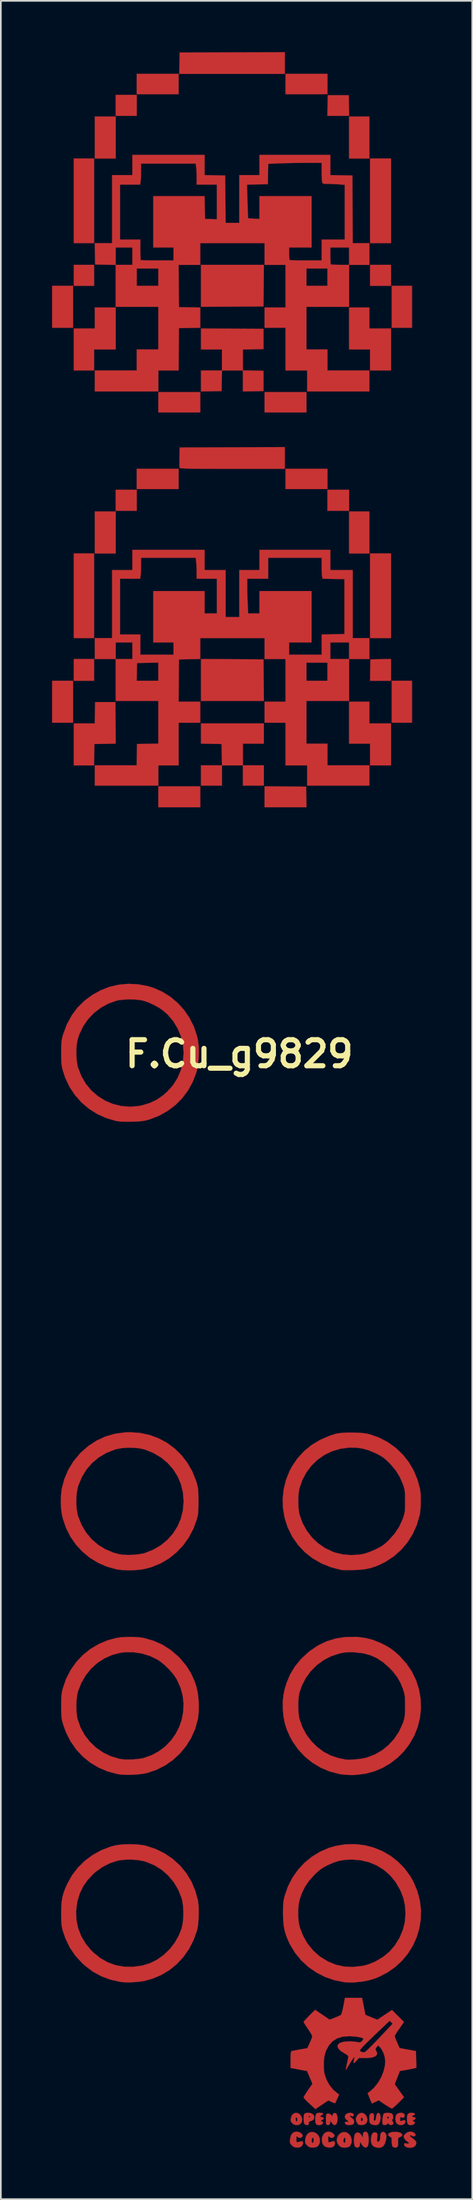
<source format=kicad_pcb>
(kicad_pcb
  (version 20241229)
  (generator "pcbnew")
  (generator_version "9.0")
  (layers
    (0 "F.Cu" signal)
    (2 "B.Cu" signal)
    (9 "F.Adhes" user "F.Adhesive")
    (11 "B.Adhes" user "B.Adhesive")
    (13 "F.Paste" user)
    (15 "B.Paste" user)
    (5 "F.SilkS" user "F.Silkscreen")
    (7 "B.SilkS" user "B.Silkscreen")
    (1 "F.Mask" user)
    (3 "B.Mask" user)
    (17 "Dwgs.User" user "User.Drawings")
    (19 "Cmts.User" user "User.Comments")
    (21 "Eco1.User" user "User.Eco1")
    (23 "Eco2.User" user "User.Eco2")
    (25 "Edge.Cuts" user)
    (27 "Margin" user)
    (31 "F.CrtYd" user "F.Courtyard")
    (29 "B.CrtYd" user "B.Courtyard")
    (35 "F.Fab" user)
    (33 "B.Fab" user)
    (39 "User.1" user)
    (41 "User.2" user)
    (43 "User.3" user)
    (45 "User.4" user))
  (footprint "F.Cu_g9829"
    (layer "F.Cu")
    (at 10.969 58.637)
    (property "Reference" "F.Cu_g9829" (at 0 0 0) (layer "F.SilkS") (effects (font (size 1.524 1.524) (thickness 0.3))))
    (attr through_hole)
    (fp_poly (pts (xy -9.737 -42.503) (xy -10.964 -42.503) (xy -10.964 -44.958) (xy -9.737 -44.958) (xy -9.737 -42.503)) (stroke (width 0.01) (type solid)) (fill yes) (layer "F.Cu"))
    (fp_poly (pts (xy -9.737 -19.389) (xy -10.964 -19.389) (xy -10.964 -21.844) (xy -9.737 -21.844) (xy -9.737 -19.389)) (stroke (width 0.01) (type solid)) (fill yes) (layer "F.Cu"))
    (fp_poly (pts (xy -8.509 -47.456) (xy -9.694 -47.456) (xy -9.694 -52.409) (xy -8.509 -52.409) (xy -8.509 -47.456)) (stroke (width 0.01) (type solid)) (fill yes) (layer "F.Cu"))
    (fp_poly (pts (xy -8.509 -44.958) (xy -9.694 -44.958) (xy -9.694 -46.186) (xy -8.509 -46.186) (xy -8.509 -44.958)) (stroke (width 0.01) (type solid)) (fill yes) (layer "F.Cu"))
    (fp_poly (pts (xy -8.509 -24.342) (xy -9.694 -24.342) (xy -9.694 -29.295) (xy -8.509 -29.295) (xy -8.509 -24.342)) (stroke (width 0.01) (type solid)) (fill yes) (layer "F.Cu"))
    (fp_poly (pts (xy -8.509 -21.844) (xy -9.694 -21.844) (xy -9.694 -23.114) (xy -8.509 -23.114) (xy -8.509 -21.844)) (stroke (width 0.01) (type solid)) (fill yes) (layer "F.Cu"))
    (fp_poly (pts (xy -7.239 -52.409) (xy -8.467 -52.409) (xy -8.467 -54.864) (xy -7.239 -54.864) (xy -7.239 -52.409)) (stroke (width 0.01) (type solid)) (fill yes) (layer "F.Cu"))
    (fp_poly (pts (xy -7.239 -29.295) (xy -8.467 -29.295) (xy -8.467 -31.75) (xy -7.239 -31.75) (xy -7.239 -29.295)) (stroke (width 0.01) (type solid)) (fill yes) (layer "F.Cu"))
    (fp_poly (pts (xy -6.011 -54.906) (xy -7.239 -54.906) (xy -7.239 -56.134) (xy -6.011 -56.134) (xy -6.011 -54.906)) (stroke (width 0.01) (type solid)) (fill yes) (layer "F.Cu"))
    (fp_poly (pts (xy -6.011 -31.792) (xy -7.239 -31.792) (xy -7.239 -33.02) (xy -6.011 -33.02) (xy -6.011 -31.792)) (stroke (width 0.01) (type solid)) (fill yes) (layer "F.Cu"))
    (fp_poly (pts (xy -3.556 -56.176) (xy -6.011 -56.176) (xy -6.011 -57.362) (xy -3.556 -57.362) (xy -3.556 -56.176)) (stroke (width 0.01) (type solid)) (fill yes) (layer "F.Cu"))
    (fp_poly (pts (xy -3.556 -33.062) (xy -6.011 -33.062) (xy -6.011 -34.248) (xy -3.556 -34.248) (xy -3.556 -33.062)) (stroke (width 0.01) (type solid)) (fill yes) (layer "F.Cu"))
    (fp_poly (pts (xy -2.286 -37.55) (xy -4.741 -37.55) (xy -4.741 -38.735) (xy -2.286 -38.735) (xy -2.286 -37.55)) (stroke (width 0.01) (type solid)) (fill yes) (layer "F.Cu"))
    (fp_poly (pts (xy -2.286 -14.436) (xy -4.741 -14.436) (xy -4.741 -15.663) (xy -2.286 -15.663) (xy -2.286 -14.436)) (stroke (width 0.01) (type solid)) (fill yes) (layer "F.Cu"))
    (fp_poly (pts (xy -1.016 -15.706) (xy -2.244 -15.706) (xy -2.244 -16.891) (xy -1.016 -16.891) (xy -1.016 -15.706)) (stroke (width 0.01) (type solid)) (fill yes) (layer "F.Cu"))
    (fp_poly (pts (xy 1.439 -15.706) (xy 0.212 -15.706) (xy 0.212 -16.891) (xy 1.439 -16.891) (xy 1.439 -15.706)) (stroke (width 0.01) (type solid)) (fill yes) (layer "F.Cu"))
    (fp_poly (pts (xy 2.667 -57.362) (xy -3.516 -57.362) (xy -3.493 -58.611) (xy 2.667 -58.632) (xy 2.667 -57.362)) (stroke (width 0.01) (type solid)) (fill yes) (layer "F.Cu"))
    (fp_poly (pts (xy 3.937 -37.55) (xy 1.482 -37.55) (xy 1.482 -38.735) (xy 3.937 -38.735) (xy 3.937 -37.55)) (stroke (width 0.01) (type solid)) (fill yes) (layer "F.Cu"))
    (fp_poly (pts (xy 5.165 -56.176) (xy 2.709 -56.176) (xy 2.709 -57.362) (xy 5.165 -57.362) (xy 5.165 -56.176)) (stroke (width 0.01) (type solid)) (fill yes) (layer "F.Cu"))
    (fp_poly (pts (xy 5.165 -33.062) (xy 2.709 -33.062) (xy 2.709 -34.248) (xy 5.165 -34.248) (xy 5.165 -33.062)) (stroke (width 0.01) (type solid)) (fill yes) (layer "F.Cu"))
    (fp_poly (pts (xy 6.435 -31.792) (xy 5.165 -31.792) (xy 5.165 -33.02) (xy 6.435 -33.02) (xy 6.435 -31.792)) (stroke (width 0.01) (type solid)) (fill yes) (layer "F.Cu"))
    (fp_poly (pts (xy 7.62 -52.409) (xy 6.435 -52.409) (xy 6.435 -54.864) (xy 7.62 -54.864) (xy 7.62 -52.409)) (stroke (width 0.01) (type solid)) (fill yes) (layer "F.Cu"))
    (fp_poly (pts (xy 7.62 -29.295) (xy 6.435 -29.295) (xy 6.435 -31.75) (xy 7.62 -31.75) (xy 7.62 -29.295)) (stroke (width 0.01) (type solid)) (fill yes) (layer "F.Cu"))
    (fp_poly (pts (xy 8.89 -47.456) (xy 7.662 -47.456) (xy 7.662 -52.409) (xy 8.89 -52.409) (xy 8.89 -47.456)) (stroke (width 0.01) (type solid)) (fill yes) (layer "F.Cu"))
    (fp_poly (pts (xy 8.89 -44.958) (xy 7.662 -44.958) (xy 7.662 -46.186) (xy 8.89 -46.186) (xy 8.89 -44.958)) (stroke (width 0.01) (type solid)) (fill yes) (layer "F.Cu"))
    (fp_poly (pts (xy 8.89 -24.342) (xy 7.662 -24.342) (xy 7.662 -29.295) (xy 8.89 -29.295) (xy 8.89 -24.342)) (stroke (width 0.01) (type solid)) (fill yes) (layer "F.Cu"))
    (fp_poly (pts (xy 10.118 -42.503) (xy 8.932 -42.503) (xy 8.932 -44.958) (xy 10.118 -44.958) (xy 10.118 -42.503)) (stroke (width 0.01) (type solid)) (fill yes) (layer "F.Cu"))
    (fp_poly (pts (xy 10.118 -19.389) (xy 8.932 -19.389) (xy 8.932 -21.844) (xy 10.118 -21.844) (xy 10.118 -19.389)) (stroke (width 0.01) (type solid)) (fill yes) (layer "F.Cu"))
    (fp_poly (pts (xy 6.425 -55.51) (xy 6.437 -54.906) (xy 5.162 -54.906) (xy 5.186 -56.113) (xy 6.413 -56.113) (xy 6.425 -55.51)) (stroke (width 0.01) (type solid)) (fill yes) (layer "F.Cu"))
    (fp_poly (pts (xy -0.413 -23.104) (xy 1.418 -23.093) (xy 1.429 -21.876) (xy 1.441 -20.659) (xy -2.244 -20.659) (xy -2.244 -23.115) (xy -0.413 -23.104)) (stroke (width 0.01) (type solid)) (fill yes) (layer "F.Cu"))
    (fp_poly (pts (xy 1.429 -44.969) (xy 1.418 -43.752) (xy -0.413 -43.74) (xy -2.244 -43.729) (xy -2.244 -46.186) (xy 1.441 -46.186) (xy 1.429 -44.969)) (stroke (width 0.01) (type solid)) (fill yes) (layer "F.Cu"))
    (fp_poly (pts (xy 2.699 -15.653) (xy 3.916 -15.642) (xy 3.928 -15.039) (xy 3.939 -14.436) (xy 1.482 -14.436) (xy 1.482 -15.665) (xy 2.699 -15.653)) (stroke (width 0.01) (type solid)) (fill yes) (layer "F.Cu"))
    (fp_poly (pts (xy 8.89 -21.844) (xy 7.66 -21.844) (xy 7.672 -22.468) (xy 7.684 -23.093) (xy 8.287 -23.105) (xy 8.89 -23.116) (xy 8.89 -21.844)) (stroke (width 0.01) (type solid)) (fill yes) (layer "F.Cu"))
    (fp_poly (pts (xy -7.239 -41.233) (xy -8.509 -41.233) (xy -8.509 -40.005) (xy -9.694 -40.005) (xy -9.694 -42.46) (xy -8.467 -42.46) (xy -8.467 -43.688) (xy -7.239 -43.688) (xy -7.239 -41.233)) (stroke (width 0.01) (type solid)) (fill yes) (layer "F.Cu"))
    (fp_poly (pts (xy 7.62 -42.46) (xy 8.89 -42.46) (xy 8.89 -40.005) (xy 7.662 -40.005) (xy 7.662 -41.233) (xy 6.435 -41.233) (xy 6.435 -43.688) (xy 7.62 -43.688) (xy 7.62 -42.46)) (stroke (width 0.01) (type solid)) (fill yes) (layer "F.Cu"))
    (fp_poly (pts (xy 7.62 -19.346) (xy 8.89 -19.346) (xy 8.89 -16.891) (xy 7.662 -16.891) (xy 7.662 -18.161) (xy 6.435 -18.161) (xy 6.435 -20.616) (xy 7.62 -20.616) (xy 7.62 -19.346)) (stroke (width 0.01) (type solid)) (fill yes) (layer "F.Cu"))
    (fp_poly (pts (xy 1.439 -18.161) (xy 0.212 -18.161) (xy 0.212 -16.891) (xy -1.014 -16.891) (xy -1.025 -17.515) (xy -1.037 -18.14) (xy -1.64 -18.152) (xy -2.244 -18.163) (xy -2.244 -19.346) (xy 1.439 -19.346) (xy 1.439 -18.161)) (stroke (width 0.01) (type solid)) (fill yes) (layer "F.Cu"))
    (fp_poly (pts (xy -7.249 -19.379) (xy -7.238 -18.163) (xy -8.488 -18.14) (xy -8.5 -17.515) (xy -8.511 -16.891) (xy -9.694 -16.891) (xy -9.694 -19.346) (xy -8.469 -19.346) (xy -8.457 -19.971) (xy -8.445 -20.595) (xy -7.26 -20.595) (xy -7.249 -19.379)) (stroke (width 0.01) (type solid)) (fill yes) (layer "F.Cu"))
    (fp_poly (pts (xy 2.667 -34.248) (xy -0.403 -34.248) (xy -1.006 -34.248) (xy -1.528 -34.249) (xy -1.976 -34.25) (xy -2.355 -34.252) (xy -2.669 -34.255) (xy -2.924 -34.259) (xy -3.125 -34.264) (xy -3.277 -34.271) (xy -3.384 -34.278) (xy -3.453 -34.286) (xy -3.488 -34.296) (xy -3.495 -34.303) (xy -3.502 -34.364) (xy -3.506 -34.492) (xy -3.507 -34.669) (xy -3.505 -34.879) (xy -3.504 -34.927) (xy -3.493 -35.496) (xy 2.667 -35.518) (xy 2.667 -34.248)) (stroke (width 0.01) (type solid)) (fill yes) (layer "F.Cu"))
    (fp_poly (pts (xy -0.413 -42.45) (xy 1.418 -42.439) (xy 1.418 -41.254) (xy 0.815 -41.242) (xy 0.212 -41.23) (xy 0.212 -40.007) (xy 0.815 -39.996) (xy 1.418 -39.984) (xy 1.418 -38.798) (xy 0.815 -38.787) (xy 0.212 -38.775) (xy 0.212 -40.005) (xy -1.014 -40.005) (xy -1.025 -39.402) (xy -1.037 -38.798) (xy -1.64 -38.787) (xy -2.244 -38.775) (xy -2.244 -40.005) (xy -1.016 -40.005) (xy -1.016 -41.233) (xy -2.244 -41.233) (xy -2.244 -42.461) (xy -0.413 -42.45)) (stroke (width 0.01) (type solid)) (fill yes) (layer "F.Cu"))
    (fp_poly (pts (xy 9.557 61.983) (xy 9.644 62.027) (xy 9.69 62.112) (xy 9.683 62.195) (xy 9.635 62.253) (xy 9.561 62.262) (xy 9.508 62.234) (xy 9.464 62.215) (xy 9.437 62.265) (xy 9.428 62.303) (xy 9.419 62.418) (xy 9.45 62.463) (xy 9.525 62.442) (xy 9.64 62.402) (xy 9.715 62.421) (xy 9.737 62.481) (xy 9.701 62.59) (xy 9.61 62.664) (xy 9.486 62.694) (xy 9.352 62.677) (xy 9.237 62.609) (xy 9.169 62.496) (xy 9.143 62.343) (xy 9.16 62.185) (xy 9.21 62.07) (xy 9.299 62.005) (xy 9.428 61.975) (xy 9.557 61.983)) (stroke (width 0.01) (type solid)) (fill yes) (layer "F.Cu"))
    (fp_poly (pts (xy 9.31 63.103) (xy 9.44 63.145) (xy 9.505 63.19) (xy 9.555 63.27) (xy 9.525 63.335) (xy 9.417 63.391) (xy 9.34 63.427) (xy 9.306 63.478) (xy 9.302 63.574) (xy 9.306 63.624) (xy 9.309 63.813) (xy 9.285 63.933) (xy 9.228 63.994) (xy 9.152 64.008) (xy 9.046 63.991) (xy 8.983 63.957) (xy 8.955 63.889) (xy 8.937 63.767) (xy 8.932 63.66) (xy 8.929 63.519) (xy 8.912 63.438) (xy 8.874 63.395) (xy 8.826 63.373) (xy 8.741 63.31) (xy 8.721 63.249) (xy 8.758 63.178) (xy 8.858 63.126) (xy 8.997 63.096) (xy 9.155 63.087) (xy 9.31 63.103)) (stroke (width 0.01) (type solid)) (fill yes) (layer "F.Cu"))
    (fp_poly (pts (xy 5.665 62.009) (xy 5.726 62.107) (xy 5.755 62.268) (xy 5.757 62.336) (xy 5.738 62.514) (xy 5.687 62.635) (xy 5.613 62.691) (xy 5.527 62.677) (xy 5.436 62.585) (xy 5.421 62.563) (xy 5.341 62.43) (xy 5.327 62.552) (xy 5.293 62.651) (xy 5.222 62.688) (xy 5.136 62.678) (xy 5.101 62.653) (xy 5.085 62.584) (xy 5.077 62.463) (xy 5.076 62.318) (xy 5.081 62.181) (xy 5.094 62.083) (xy 5.103 62.058) (xy 5.169 62.02) (xy 5.267 62.028) (xy 5.359 62.074) (xy 5.392 62.107) (xy 5.454 62.196) (xy 5.468 62.097) (xy 5.515 62.008) (xy 5.577 61.984) (xy 5.665 62.009)) (stroke (width 0.01) (type solid)) (fill yes) (layer "F.Cu"))
    (fp_poly (pts (xy 3.409 61.988) (xy 3.528 62.047) (xy 3.622 62.156) (xy 3.676 62.312) (xy 3.683 62.401) (xy 3.648 62.542) (xy 3.556 62.641) (xy 3.428 62.692) (xy 3.285 62.688) (xy 3.145 62.622) (xy 3.104 62.587) (xy 3.034 62.5) (xy 3.011 62.41) (xy 3.015 62.357) (xy 3.302 62.357) (xy 3.317 62.449) (xy 3.351 62.485) (xy 3.389 62.453) (xy 3.397 62.431) (xy 3.403 62.347) (xy 3.381 62.267) (xy 3.34 62.23) (xy 3.339 62.23) (xy 3.313 62.267) (xy 3.302 62.355) (xy 3.302 62.357) (xy 3.015 62.357) (xy 3.019 62.301) (xy 3.071 62.136) (xy 3.165 62.03) (xy 3.283 61.981) (xy 3.409 61.988)) (stroke (width 0.01) (type solid)) (fill yes) (layer "F.Cu"))
    (fp_poly (pts (xy 7.304 62.013) (xy 7.413 62.109) (xy 7.483 62.243) (xy 7.505 62.391) (xy 7.471 62.531) (xy 7.401 62.622) (xy 7.289 62.674) (xy 7.141 62.692) (xy 7.002 62.67) (xy 6.995 62.667) (xy 6.921 62.6) (xy 6.862 62.485) (xy 6.836 62.374) (xy 7.118 62.374) (xy 7.14 62.443) (xy 7.182 62.468) (xy 7.196 62.463) (xy 7.233 62.403) (xy 7.239 62.357) (xy 7.219 62.277) (xy 7.176 62.247) (xy 7.133 62.28) (xy 7.128 62.291) (xy 7.118 62.374) (xy 6.836 62.374) (xy 6.832 62.357) (xy 6.837 62.278) (xy 6.906 62.13) (xy 7.018 62.022) (xy 7.151 61.976) (xy 7.164 61.976) (xy 7.304 62.013)) (stroke (width 0.01) (type solid)) (fill yes) (layer "F.Cu"))
    (fp_poly (pts (xy 4.849 61.986) (xy 4.906 62.017) (xy 4.911 62.035) (xy 4.875 62.091) (xy 4.826 62.115) (xy 4.752 62.156) (xy 4.753 62.202) (xy 4.824 62.229) (xy 4.847 62.23) (xy 4.931 62.255) (xy 4.951 62.309) (xy 4.901 62.365) (xy 4.868 62.378) (xy 4.799 62.419) (xy 4.789 62.462) (xy 4.843 62.484) (xy 4.847 62.484) (xy 4.903 62.514) (xy 4.911 62.539) (xy 4.875 62.623) (xy 4.786 62.678) (xy 4.674 62.699) (xy 4.566 62.68) (xy 4.49 62.616) (xy 4.489 62.614) (xy 4.456 62.495) (xy 4.447 62.335) (xy 4.463 62.172) (xy 4.486 62.085) (xy 4.524 62.016) (xy 4.586 61.984) (xy 4.701 61.976) (xy 4.719 61.976) (xy 4.849 61.986)) (stroke (width 0.01) (type solid)) (fill yes) (layer "F.Cu"))
    (fp_poly (pts (xy 5.392 63.114) (xy 5.49 63.18) (xy 5.566 63.258) (xy 5.581 63.317) (xy 5.562 63.36) (xy 5.475 63.439) (xy 5.368 63.44) (xy 5.289 63.391) (xy 5.239 63.352) (xy 5.215 63.359) (xy 5.208 63.429) (xy 5.207 63.515) (xy 5.21 63.641) (xy 5.233 63.697) (xy 5.295 63.698) (xy 5.407 63.66) (xy 5.509 63.631) (xy 5.564 63.641) (xy 5.589 63.671) (xy 5.61 63.774) (xy 5.571 63.888) (xy 5.512 63.955) (xy 5.399 64) (xy 5.248 64.006) (xy 5.094 63.978) (xy 4.981 63.921) (xy 4.881 63.792) (xy 4.837 63.616) (xy 4.852 63.416) (xy 4.864 63.37) (xy 4.949 63.207) (xy 5.077 63.107) (xy 5.231 63.074) (xy 5.392 63.114)) (stroke (width 0.01) (type solid)) (fill yes) (layer "F.Cu"))
    (fp_poly (pts (xy 8.203 62.003) (xy 8.253 62.079) (xy 8.275 62.206) (xy 8.27 62.356) (xy 8.239 62.499) (xy 8.2 62.583) (xy 8.125 62.664) (xy 8.021 62.694) (xy 7.967 62.696) (xy 7.834 62.678) (xy 7.722 62.635) (xy 7.714 62.63) (xy 7.659 62.578) (xy 7.631 62.503) (xy 7.621 62.379) (xy 7.62 62.314) (xy 7.625 62.166) (xy 7.644 62.08) (xy 7.685 62.031) (xy 7.707 62.017) (xy 7.808 61.991) (xy 7.872 62.039) (xy 7.895 62.155) (xy 7.888 62.255) (xy 7.878 62.374) (xy 7.892 62.43) (xy 7.926 62.442) (xy 7.974 62.408) (xy 8.005 62.3) (xy 8.012 62.247) (xy 8.045 62.08) (xy 8.097 61.994) (xy 8.17 61.986) (xy 8.203 62.003)) (stroke (width 0.01) (type solid)) (fill yes) (layer "F.Cu"))
    (fp_poly (pts (xy 8.462 63.096) (xy 8.566 63.163) (xy 8.615 63.283) (xy 8.611 63.463) (xy 8.595 63.555) (xy 8.529 63.779) (xy 8.434 63.927) (xy 8.304 64.006) (xy 8.131 64.022) (xy 8.086 64.018) (xy 7.901 63.964) (xy 7.78 63.854) (xy 7.719 63.687) (xy 7.718 63.46) (xy 7.719 63.452) (xy 7.753 63.274) (xy 7.808 63.168) (xy 7.892 63.123) (xy 7.934 63.119) (xy 8.036 63.138) (xy 8.086 63.205) (xy 8.093 63.331) (xy 8.083 63.406) (xy 8.066 63.552) (xy 8.075 63.633) (xy 8.113 63.666) (xy 8.147 63.669) (xy 8.211 63.632) (xy 8.247 63.519) (xy 8.255 63.378) (xy 8.276 63.217) (xy 8.335 63.118) (xy 8.425 63.089) (xy 8.462 63.096)) (stroke (width 0.01) (type solid)) (fill yes) (layer "F.Cu"))
    (fp_poly (pts (xy 10.218 61.991) (xy 10.285 62.026) (xy 10.289 62.07) (xy 10.22 62.11) (xy 10.202 62.115) (xy 10.129 62.156) (xy 10.129 62.202) (xy 10.2 62.229) (xy 10.223 62.23) (xy 10.308 62.255) (xy 10.327 62.309) (xy 10.277 62.365) (xy 10.245 62.378) (xy 10.175 62.419) (xy 10.165 62.462) (xy 10.22 62.484) (xy 10.223 62.484) (xy 10.28 62.514) (xy 10.287 62.539) (xy 10.251 62.623) (xy 10.163 62.678) (xy 10.05 62.699) (xy 9.942 62.68) (xy 9.867 62.616) (xy 9.865 62.614) (xy 9.838 62.522) (xy 9.823 62.389) (xy 9.821 62.336) (xy 9.833 62.158) (xy 9.874 62.048) (xy 9.956 61.992) (xy 10.089 61.976) (xy 10.098 61.976) (xy 10.218 61.991)) (stroke (width 0.01) (type solid)) (fill yes) (layer "F.Cu"))
    (fp_poly (pts (xy 4.185 61.995) (xy 4.297 62.043) (xy 4.318 62.061) (xy 4.392 62.181) (xy 4.389 62.301) (xy 4.318 62.4) (xy 4.19 62.457) (xy 4.102 62.49) (xy 4.067 62.534) (xy 4.067 62.536) (xy 4.066 62.643) (xy 4.017 62.689) (xy 3.96 62.696) (xy 3.858 62.663) (xy 3.811 62.614) (xy 3.783 62.516) (xy 3.77 62.377) (xy 3.772 62.229) (xy 3.774 62.211) (xy 4.064 62.211) (xy 4.085 62.255) (xy 4.106 62.251) (xy 4.147 62.197) (xy 4.149 62.185) (xy 4.116 62.146) (xy 4.106 62.145) (xy 4.069 62.18) (xy 4.064 62.211) (xy 3.774 62.211) (xy 3.788 62.102) (xy 3.818 62.027) (xy 3.818 62.027) (xy 3.91 61.985) (xy 4.044 61.975) (xy 4.185 61.995)) (stroke (width 0.01) (type solid)) (fill yes) (layer "F.Cu"))
    (fp_poly (pts (xy 3.496 63.1) (xy 3.61 63.16) (xy 3.688 63.241) (xy 3.712 63.325) (xy 3.7 63.36) (xy 3.612 63.439) (xy 3.505 63.44) (xy 3.426 63.391) (xy 3.377 63.352) (xy 3.353 63.359) (xy 3.345 63.429) (xy 3.344 63.515) (xy 3.348 63.641) (xy 3.37 63.697) (xy 3.432 63.698) (xy 3.545 63.66) (xy 3.647 63.631) (xy 3.702 63.641) (xy 3.724 63.667) (xy 3.74 63.77) (xy 3.679 63.896) (xy 3.649 63.934) (xy 3.547 63.992) (xy 3.398 64.008) (xy 3.256 63.994) (xy 3.15 63.94) (xy 3.081 63.879) (xy 3.008 63.798) (xy 2.973 63.727) (xy 2.966 63.631) (xy 2.977 63.508) (xy 3.026 63.298) (xy 3.123 63.158) (xy 3.268 63.086) (xy 3.365 63.077) (xy 3.496 63.1)) (stroke (width 0.01) (type solid)) (fill yes) (layer "F.Cu"))
    (fp_poly (pts (xy 4.461 63.141) (xy 4.596 63.246) (xy 4.685 63.397) (xy 4.724 63.571) (xy 4.709 63.744) (xy 4.634 63.892) (xy 4.604 63.924) (xy 4.5 63.985) (xy 4.346 64.007) (xy 4.307 64.008) (xy 4.164 63.998) (xy 4.064 63.959) (xy 3.971 63.879) (xy 3.893 63.792) (xy 3.859 63.712) (xy 3.857 63.601) (xy 3.859 63.578) (xy 4.237 63.578) (xy 4.246 63.683) (xy 4.251 63.696) (xy 4.288 63.742) (xy 4.326 63.719) (xy 4.353 63.64) (xy 4.36 63.557) (xy 4.348 63.451) (xy 4.311 63.425) (xy 4.307 63.426) (xy 4.26 63.48) (xy 4.237 63.578) (xy 3.859 63.578) (xy 3.862 63.539) (xy 3.913 63.336) (xy 4.014 63.19) (xy 4.153 63.108) (xy 4.321 63.097) (xy 4.461 63.141)) (stroke (width 0.01) (type solid)) (fill yes) (layer "F.Cu"))
    (fp_poly (pts (xy 6.32 63.139) (xy 6.457 63.245) (xy 6.547 63.398) (xy 6.587 63.574) (xy 6.572 63.75) (xy 6.498 63.9) (xy 6.475 63.926) (xy 6.383 63.983) (xy 6.244 64.006) (xy 6.177 64.008) (xy 6.033 63.999) (xy 5.934 63.964) (xy 5.842 63.887) (xy 5.839 63.884) (xy 5.741 63.738) (xy 5.709 63.579) (xy 5.71 63.578) (xy 6.099 63.578) (xy 6.109 63.683) (xy 6.114 63.696) (xy 6.151 63.742) (xy 6.188 63.719) (xy 6.216 63.64) (xy 6.223 63.557) (xy 6.211 63.451) (xy 6.173 63.425) (xy 6.17 63.426) (xy 6.122 63.48) (xy 6.099 63.578) (xy 5.71 63.578) (xy 5.736 63.421) (xy 5.809 63.281) (xy 5.921 63.171) (xy 6.062 63.108) (xy 6.221 63.106) (xy 6.32 63.139)) (stroke (width 0.01) (type solid)) (fill yes) (layer "F.Cu"))
    (fp_poly (pts (xy 6.618 61.996) (xy 6.693 62.049) (xy 6.699 62.124) (xy 6.688 62.147) (xy 6.644 62.186) (xy 6.579 62.165) (xy 6.563 62.156) (xy 6.498 62.124) (xy 6.477 62.146) (xy 6.477 62.157) (xy 6.51 62.214) (xy 6.592 62.279) (xy 6.604 62.287) (xy 6.697 62.377) (xy 6.735 62.486) (xy 6.713 62.59) (xy 6.649 62.652) (xy 6.535 62.686) (xy 6.4 62.693) (xy 6.283 62.673) (xy 6.231 62.645) (xy 6.18 62.564) (xy 6.196 62.508) (xy 6.272 62.498) (xy 6.287 62.501) (xy 6.365 62.508) (xy 6.392 62.49) (xy 6.36 62.441) (xy 6.287 62.382) (xy 6.199 62.288) (xy 6.182 62.183) (xy 6.227 62.084) (xy 6.326 62.009) (xy 6.47 61.976) (xy 6.486 61.976) (xy 6.618 61.996)) (stroke (width 0.01) (type solid)) (fill yes) (layer "F.Cu"))
    (fp_poly (pts (xy 7.427 63.085) (xy 7.511 63.143) (xy 7.547 63.223) (xy 7.57 63.36) (xy 7.58 63.526) (xy 7.576 63.696) (xy 7.558 63.842) (xy 7.525 63.937) (xy 7.522 63.94) (xy 7.436 64.003) (xy 7.334 63.991) (xy 7.23 63.908) (xy 7.167 63.818) (xy 7.109 63.719) (xy 7.081 63.689) (xy 7.071 63.72) (xy 7.07 63.761) (xy 7.06 63.873) (xy 7.044 63.941) (xy 6.985 63.994) (xy 6.891 64.005) (xy 6.803 63.974) (xy 6.782 63.954) (xy 6.742 63.86) (xy 6.721 63.713) (xy 6.719 63.542) (xy 6.734 63.376) (xy 6.765 63.244) (xy 6.8 63.183) (xy 6.907 63.126) (xy 7.021 63.144) (xy 7.125 63.232) (xy 7.16 63.288) (xy 7.239 63.435) (xy 7.239 63.282) (xy 7.265 63.151) (xy 7.333 63.083) (xy 7.427 63.085)) (stroke (width 0.01) (type solid)) (fill yes) (layer "F.Cu"))
    (fp_poly (pts (xy 8.844 61.992) (xy 8.935 62.02) (xy 8.988 62.084) (xy 9.016 62.184) (xy 9.016 62.286) (xy 8.984 62.356) (xy 8.967 62.367) (xy 8.944 62.402) (xy 8.985 62.481) (xy 8.987 62.484) (xy 9.031 62.574) (xy 9.011 62.639) (xy 9.011 62.64) (xy 8.921 62.691) (xy 8.818 62.675) (xy 8.761 62.629) (xy 8.713 62.585) (xy 8.68 62.611) (xy 8.669 62.629) (xy 8.601 62.681) (xy 8.506 62.693) (xy 8.423 62.664) (xy 8.396 62.629) (xy 8.383 62.539) (xy 8.385 62.406) (xy 8.4 62.27) (xy 8.655 62.27) (xy 8.665 62.288) (xy 8.727 62.313) (xy 8.762 62.268) (xy 8.763 62.251) (xy 8.741 62.195) (xy 8.723 62.188) (xy 8.668 62.216) (xy 8.655 62.27) (xy 8.4 62.27) (xy 8.401 62.259) (xy 8.426 62.126) (xy 8.457 62.034) (xy 8.474 62.013) (xy 8.569 61.985) (xy 8.706 61.978) (xy 8.844 61.992)) (stroke (width 0.01) (type solid)) (fill yes) (layer "F.Cu"))
    (fp_poly (pts (xy 10.166 63.102) (xy 10.275 63.167) (xy 10.328 63.256) (xy 10.329 63.277) (xy 10.295 63.33) (xy 10.221 63.355) (xy 10.15 63.337) (xy 10.144 63.332) (xy 10.078 63.295) (xy 10.014 63.293) (xy 9.991 63.323) (xy 10.023 63.364) (xy 10.105 63.434) (xy 10.181 63.491) (xy 10.298 63.583) (xy 10.356 63.661) (xy 10.372 63.749) (xy 10.372 63.752) (xy 10.334 63.876) (xy 10.234 63.967) (xy 10.09 64.017) (xy 9.92 64.018) (xy 9.821 63.994) (xy 9.706 63.934) (xy 9.66 63.849) (xy 9.659 63.844) (xy 9.657 63.779) (xy 9.69 63.758) (xy 9.782 63.769) (xy 9.797 63.772) (xy 9.908 63.78) (xy 9.945 63.754) (xy 9.905 63.699) (xy 9.823 63.642) (xy 9.721 63.554) (xy 9.654 63.445) (xy 9.654 63.445) (xy 9.634 63.357) (xy 9.657 63.287) (xy 9.734 63.2) (xy 9.853 63.109) (xy 9.987 63.078) (xy 10.023 63.077) (xy 10.166 63.102)) (stroke (width 0.01) (type solid)) (fill yes) (layer "F.Cu"))
    (fp_poly (pts (xy -5.817 22.182) (xy -5.26 22.301) (xy -4.734 22.494) (xy -4.244 22.757) (xy -3.797 23.085) (xy -3.397 23.473) (xy -3.051 23.919) (xy -2.763 24.417) (xy -2.54 24.963) (xy -2.489 25.129) (xy -2.452 25.268) (xy -2.425 25.399) (xy -2.408 25.542) (xy -2.398 25.715) (xy -2.393 25.938) (xy -2.392 26.183) (xy -2.393 26.464) (xy -2.399 26.678) (xy -2.41 26.846) (xy -2.428 26.986) (xy -2.456 27.117) (xy -2.489 27.237) (xy -2.69 27.79) (xy -2.96 28.301) (xy -3.291 28.764) (xy -3.678 29.173) (xy -4.116 29.524) (xy -4.598 29.81) (xy -5.118 30.026) (xy -5.566 30.146) (xy -5.865 30.191) (xy -6.207 30.216) (xy -6.562 30.22) (xy -6.898 30.203) (xy -7.185 30.165) (xy -7.197 30.163) (xy -7.754 30.008) (xy -8.277 29.781) (xy -8.757 29.486) (xy -9.19 29.129) (xy -9.571 28.716) (xy -9.892 28.254) (xy -10.148 27.748) (xy -10.334 27.204) (xy -10.396 26.931) (xy -10.435 26.641) (xy -10.452 26.316) (xy -9.551 26.316) (xy -9.525 26.667) (xy -9.467 26.977) (xy -9.446 27.05) (xy -9.249 27.55) (xy -8.986 27.998) (xy -8.663 28.389) (xy -8.284 28.721) (xy -7.852 28.988) (xy -7.371 29.189) (xy -7.054 29.277) (xy -6.806 29.313) (xy -6.507 29.325) (xy -6.187 29.315) (xy -5.877 29.284) (xy -5.607 29.233) (xy -5.524 29.209) (xy -5.033 29.013) (xy -4.593 28.753) (xy -4.207 28.436) (xy -3.881 28.068) (xy -3.619 27.655) (xy -3.425 27.203) (xy -3.304 26.717) (xy -3.26 26.205) (xy -3.26 26.183) (xy -3.3 25.668) (xy -3.418 25.181) (xy -3.609 24.728) (xy -3.868 24.313) (xy -4.193 23.944) (xy -4.577 23.625) (xy -5.018 23.362) (xy -5.511 23.161) (xy -5.547 23.15) (xy -5.839 23.084) (xy -6.18 23.049) (xy -6.54 23.045) (xy -6.891 23.071) (xy -7.203 23.128) (xy -7.281 23.15) (xy -7.78 23.347) (xy -8.227 23.609) (xy -8.618 23.934) (xy -8.95 24.317) (xy -9.221 24.758) (xy -9.426 25.251) (xy -9.447 25.315) (xy -9.512 25.61) (xy -9.547 25.954) (xy -9.551 26.316) (xy -10.452 26.316) (xy -10.453 26.305) (xy -10.45 25.956) (xy -10.425 25.63) (xy -10.396 25.435) (xy -10.245 24.869) (xy -10.016 24.335) (xy -9.713 23.84) (xy -9.338 23.389) (xy -9.274 23.323) (xy -8.828 22.935) (xy -8.346 22.623) (xy -7.829 22.387) (xy -7.279 22.23) (xy -6.7 22.151) (xy -6.399 22.141) (xy -5.817 22.182)) (stroke (width 0.01) (type solid)) (fill yes) (layer "F.Cu"))
    (fp_poly (pts (xy 7.327 46.311) (xy 7.864 46.447) (xy 8.375 46.655) (xy 8.853 46.929) (xy 9.29 47.268) (xy 9.68 47.666) (xy 10.015 48.122) (xy 10.223 48.493) (xy 10.442 49.028) (xy 10.581 49.572) (xy 10.643 50.119) (xy 10.629 50.661) (xy 10.544 51.192) (xy 10.389 51.705) (xy 10.169 52.193) (xy 9.884 52.65) (xy 9.539 53.068) (xy 9.136 53.441) (xy 8.678 53.761) (xy 8.167 54.023) (xy 7.918 54.121) (xy 7.555 54.226) (xy 7.152 54.3) (xy 6.742 54.341) (xy 6.354 54.344) (xy 6.16 54.327) (xy 5.582 54.214) (xy 5.034 54.026) (xy 4.522 53.767) (xy 4.053 53.442) (xy 3.635 53.057) (xy 3.272 52.615) (xy 2.973 52.122) (xy 2.898 51.969) (xy 2.767 51.659) (xy 2.672 51.367) (xy 2.61 51.07) (xy 2.575 50.743) (xy 2.566 50.472) (xy 3.448 50.472) (xy 3.481 50.825) (xy 3.548 51.132) (xy 3.55 51.139) (xy 3.741 51.626) (xy 3.998 52.07) (xy 4.313 52.462) (xy 4.679 52.792) (xy 4.757 52.85) (xy 5.198 53.118) (xy 5.652 53.305) (xy 6.124 53.411) (xy 6.62 53.438) (xy 7.143 53.387) (xy 7.316 53.355) (xy 7.505 53.303) (xy 7.727 53.223) (xy 7.944 53.129) (xy 7.993 53.106) (xy 8.434 52.844) (xy 8.807 52.535) (xy 9.12 52.171) (xy 9.38 51.745) (xy 9.418 51.668) (xy 9.591 51.247) (xy 9.694 50.832) (xy 9.735 50.394) (xy 9.737 50.292) (xy 9.708 49.844) (xy 9.619 49.427) (xy 9.462 49.01) (xy 9.418 48.916) (xy 9.157 48.468) (xy 8.837 48.078) (xy 8.465 47.752) (xy 8.047 47.493) (xy 7.589 47.303) (xy 7.095 47.188) (xy 6.604 47.15) (xy 6.222 47.165) (xy 5.882 47.218) (xy 5.552 47.317) (xy 5.198 47.47) (xy 5.165 47.486) (xy 4.972 47.586) (xy 4.814 47.684) (xy 4.666 47.798) (xy 4.504 47.945) (xy 4.38 48.067) (xy 4.083 48.398) (xy 3.852 48.736) (xy 3.67 49.108) (xy 3.55 49.445) (xy 3.482 49.751) (xy 3.448 50.103) (xy 3.448 50.472) (xy 2.566 50.472) (xy 2.563 50.361) (xy 2.563 50.292) (xy 2.565 50.016) (xy 2.572 49.803) (xy 2.587 49.631) (xy 2.612 49.478) (xy 2.648 49.322) (xy 2.659 49.279) (xy 2.85 48.73) (xy 3.111 48.22) (xy 3.436 47.755) (xy 3.819 47.341) (xy 4.254 46.985) (xy 4.734 46.692) (xy 5.254 46.468) (xy 5.634 46.357) (xy 6.205 46.262) (xy 6.772 46.248) (xy 7.327 46.311)) (stroke (width 0.01) (type solid)) (fill yes) (layer "F.Cu"))
    (fp_poly (pts (xy -6.026 46.267) (xy -5.719 46.297) (xy -5.467 46.344) (xy -5.454 46.348) (xy -4.879 46.543) (xy -4.353 46.805) (xy -3.878 47.131) (xy -3.459 47.516) (xy -3.099 47.956) (xy -2.804 48.446) (xy -2.576 48.983) (xy -2.427 49.526) (xy -2.396 49.742) (xy -2.38 50.013) (xy -2.378 50.315) (xy -2.388 50.622) (xy -2.41 50.91) (xy -2.444 51.155) (xy -2.472 51.282) (xy -2.672 51.85) (xy -2.938 52.371) (xy -3.266 52.842) (xy -3.65 53.258) (xy -4.085 53.613) (xy -4.567 53.904) (xy -5.091 54.125) (xy -5.557 54.253) (xy -5.806 54.294) (xy -6.095 54.322) (xy -6.395 54.337) (xy -6.677 54.336) (xy -6.911 54.319) (xy -6.951 54.313) (xy -7.537 54.183) (xy -8.074 53.985) (xy -8.569 53.717) (xy -9.028 53.374) (xy -9.223 53.196) (xy -9.614 52.765) (xy -9.933 52.293) (xy -10.184 51.775) (xy -10.337 51.328) (xy -10.375 51.186) (xy -10.401 51.051) (xy -10.419 50.904) (xy -10.429 50.726) (xy -10.433 50.497) (xy -10.434 50.292) (xy -10.432 50.174) (xy -9.563 50.174) (xy -9.544 50.674) (xy -9.445 51.159) (xy -9.267 51.622) (xy -9.014 52.057) (xy -8.687 52.457) (xy -8.555 52.588) (xy -8.15 52.915) (xy -7.715 53.164) (xy -7.251 53.333) (xy -6.761 53.422) (xy -6.244 53.431) (xy -5.703 53.36) (xy -5.681 53.355) (xy -5.237 53.221) (xy -4.816 53.011) (xy -4.427 52.735) (xy -4.078 52.4) (xy -3.779 52.015) (xy -3.538 51.588) (xy -3.379 51.181) (xy -3.316 50.895) (xy -3.28 50.56) (xy -3.273 50.203) (xy -3.295 49.853) (xy -3.344 49.54) (xy -3.38 49.404) (xy -3.575 48.917) (xy -3.837 48.476) (xy -4.159 48.088) (xy -4.536 47.758) (xy -4.963 47.491) (xy -5.433 47.294) (xy -5.618 47.239) (xy -5.936 47.18) (xy -6.296 47.152) (xy -6.663 47.156) (xy -7.003 47.192) (xy -7.133 47.219) (xy -7.577 47.364) (xy -8.007 47.581) (xy -8.399 47.858) (xy -8.541 47.983) (xy -8.882 48.345) (xy -9.147 48.722) (xy -9.344 49.129) (xy -9.481 49.58) (xy -9.5 49.666) (xy -9.563 50.174) (xy -10.432 50.174) (xy -10.428 49.931) (xy -10.407 49.631) (xy -10.366 49.367) (xy -10.3 49.117) (xy -10.203 48.856) (xy -10.074 48.564) (xy -9.796 48.069) (xy -9.451 47.62) (xy -9.047 47.223) (xy -8.59 46.883) (xy -8.09 46.607) (xy -7.553 46.401) (xy -7.27 46.326) (xy -7.01 46.284) (xy -6.699 46.26) (xy -6.362 46.255) (xy -6.026 46.267)) (stroke (width 0.01) (type solid)) (fill yes) (layer "F.Cu"))
    (fp_poly (pts (xy -5.934 -4.077) (xy -5.376 -3.974) (xy -5.024 -3.867) (xy -4.508 -3.639) (xy -4.032 -3.341) (xy -3.603 -2.98) (xy -3.227 -2.563) (xy -2.91 -2.097) (xy -2.658 -1.591) (xy -2.478 -1.05) (xy -2.432 -0.85) (xy -2.386 -0.513) (xy -2.371 -0.129) (xy -2.385 0.273) (xy -2.427 0.66) (xy -2.495 1.005) (xy -2.516 1.079) (xy -2.722 1.625) (xy -2.998 2.128) (xy -3.34 2.585) (xy -3.742 2.989) (xy -4.198 3.334) (xy -4.702 3.616) (xy -5.248 3.827) (xy -5.279 3.836) (xy -5.443 3.882) (xy -5.593 3.915) (xy -5.754 3.937) (xy -5.947 3.951) (xy -6.193 3.96) (xy -6.308 3.963) (xy -6.641 3.966) (xy -6.904 3.958) (xy -7.112 3.939) (xy -7.239 3.916) (xy -7.808 3.747) (xy -8.337 3.507) (xy -8.82 3.199) (xy -9.253 2.83) (xy -9.63 2.403) (xy -9.946 1.925) (xy -10.195 1.4) (xy -10.339 0.967) (xy -10.376 0.817) (xy -10.403 0.677) (xy -10.42 0.526) (xy -10.429 0.344) (xy -10.433 0.111) (xy -10.433 0.08) (xy -9.547 0.08) (xy -9.523 0.408) (xy -9.475 0.698) (xy -9.446 0.804) (xy -9.251 1.304) (xy -8.99 1.75) (xy -8.666 2.14) (xy -8.28 2.474) (xy -7.845 2.742) (xy -7.39 2.933) (xy -6.907 3.049) (xy -6.411 3.09) (xy -5.918 3.053) (xy -5.694 3.008) (xy -5.24 2.87) (xy -4.839 2.679) (xy -4.469 2.425) (xy -4.223 2.209) (xy -3.884 1.829) (xy -3.615 1.404) (xy -3.42 0.941) (xy -3.3 0.449) (xy -3.26 -0.068) (xy -3.26 -0.068) (xy -3.301 -0.559) (xy -3.421 -1.04) (xy -3.613 -1.498) (xy -3.872 -1.923) (xy -4.192 -2.3) (xy -4.425 -2.51) (xy -4.689 -2.695) (xy -5.003 -2.871) (xy -5.331 -3.02) (xy -5.63 -3.121) (xy -5.864 -3.164) (xy -6.152 -3.189) (xy -6.464 -3.194) (xy -6.772 -3.181) (xy -7.047 -3.149) (xy -7.197 -3.117) (xy -7.678 -2.945) (xy -8.122 -2.701) (xy -8.52 -2.393) (xy -8.865 -2.028) (xy -9.151 -1.613) (xy -9.37 -1.154) (xy -9.47 -0.847) (xy -9.521 -0.577) (xy -9.547 -0.259) (xy -9.547 0.08) (xy -10.433 0.08) (xy -10.433 -0.085) (xy -10.43 -0.354) (xy -10.425 -0.558) (xy -10.414 -0.718) (xy -10.394 -0.854) (xy -10.365 -0.984) (xy -10.324 -1.13) (xy -10.313 -1.164) (xy -10.099 -1.735) (xy -9.821 -2.249) (xy -9.481 -2.707) (xy -9.077 -3.108) (xy -8.61 -3.454) (xy -8.116 -3.728) (xy -7.601 -3.928) (xy -7.058 -4.053) (xy -6.498 -4.103) (xy -5.934 -4.077)) (stroke (width 0.01) (type solid)) (fill yes) (layer "F.Cu"))
    (fp_poly (pts (xy -5.985 34.133) (xy -5.705 34.163) (xy -5.608 34.181) (xy -5.038 34.341) (xy -4.516 34.571) (xy -4.035 34.874) (xy -3.593 35.251) (xy -3.462 35.385) (xy -3.118 35.793) (xy -2.845 36.219) (xy -2.631 36.684) (xy -2.514 37.029) (xy -2.441 37.349) (xy -2.394 37.72) (xy -2.372 38.113) (xy -2.379 38.498) (xy -2.414 38.847) (xy -2.432 38.95) (xy -2.586 39.502) (xy -2.814 40.021) (xy -3.111 40.501) (xy -3.468 40.935) (xy -3.882 41.317) (xy -4.344 41.639) (xy -4.85 41.897) (xy -5.391 42.081) (xy -5.397 42.083) (xy -5.66 42.134) (xy -5.973 42.17) (xy -6.31 42.189) (xy -6.643 42.191) (xy -6.943 42.174) (xy -7.133 42.147) (xy -7.709 41.994) (xy -8.245 41.768) (xy -8.736 41.474) (xy -9.177 41.115) (xy -9.564 40.696) (xy -9.892 40.221) (xy -10.157 39.694) (xy -10.314 39.261) (xy -10.358 39.11) (xy -10.39 38.979) (xy -10.411 38.846) (xy -10.423 38.692) (xy -10.43 38.498) (xy -10.432 38.242) (xy -10.432 38.204) (xy -9.55 38.204) (xy -9.536 38.534) (xy -9.497 38.831) (xy -9.471 38.947) (xy -9.301 39.424) (xy -9.06 39.864) (xy -8.755 40.258) (xy -8.393 40.601) (xy -7.983 40.885) (xy -7.531 41.104) (xy -7.045 41.251) (xy -6.933 41.273) (xy -6.732 41.294) (xy -6.479 41.299) (xy -6.202 41.289) (xy -5.931 41.265) (xy -5.697 41.23) (xy -5.609 41.21) (xy -5.135 41.043) (xy -4.707 40.811) (xy -4.328 40.521) (xy -4.001 40.182) (xy -3.73 39.801) (xy -3.517 39.386) (xy -3.367 38.945) (xy -3.281 38.486) (xy -3.264 38.016) (xy -3.318 37.543) (xy -3.447 37.076) (xy -3.655 36.621) (xy -3.693 36.555) (xy -3.868 36.301) (xy -4.098 36.035) (xy -4.357 35.782) (xy -4.621 35.565) (xy -4.805 35.443) (xy -5.244 35.232) (xy -5.72 35.088) (xy -6.213 35.015) (xy -6.706 35.016) (xy -6.967 35.049) (xy -7.451 35.175) (xy -7.902 35.376) (xy -8.315 35.645) (xy -8.682 35.978) (xy -8.997 36.368) (xy -9.255 36.81) (xy -9.447 37.296) (xy -9.505 37.556) (xy -9.54 37.868) (xy -9.55 38.204) (xy -10.432 38.204) (xy -10.433 38.185) (xy -10.432 37.906) (xy -10.427 37.693) (xy -10.415 37.523) (xy -10.395 37.378) (xy -10.366 37.237) (xy -10.338 37.129) (xy -10.144 36.573) (xy -9.88 36.059) (xy -9.552 35.594) (xy -9.165 35.182) (xy -8.725 34.829) (xy -8.237 34.539) (xy -7.706 34.317) (xy -7.219 34.186) (xy -6.953 34.146) (xy -6.639 34.124) (xy -6.307 34.12) (xy -5.985 34.133)) (stroke (width 0.01) (type solid)) (fill yes) (layer "F.Cu"))
    (fp_poly (pts (xy 6.943 34.125) (xy 7.391 34.182) (xy 7.812 34.291) (xy 8.242 34.461) (xy 8.284 34.481) (xy 8.582 34.629) (xy 8.828 34.774) (xy 9.052 34.936) (xy 9.282 35.136) (xy 9.392 35.24) (xy 9.789 35.677) (xy 10.113 36.156) (xy 10.362 36.672) (xy 10.534 37.222) (xy 10.622 37.747) (xy 10.641 38.319) (xy 10.581 38.874) (xy 10.447 39.405) (xy 10.245 39.908) (xy 9.981 40.375) (xy 9.658 40.802) (xy 9.282 41.183) (xy 8.859 41.512) (xy 8.394 41.784) (xy 7.891 41.993) (xy 7.356 42.133) (xy 6.794 42.198) (xy 6.568 42.203) (xy 6.345 42.195) (xy 6.113 42.177) (xy 5.912 42.152) (xy 5.863 42.144) (xy 5.304 41.999) (xy 4.777 41.778) (xy 4.288 41.486) (xy 3.846 41.13) (xy 3.456 40.714) (xy 3.125 40.243) (xy 2.961 39.941) (xy 2.779 39.526) (xy 2.656 39.129) (xy 2.582 38.717) (xy 2.552 38.354) (xy 2.551 38.209) (xy 3.452 38.209) (xy 3.465 38.514) (xy 3.496 38.786) (xy 3.529 38.939) (xy 3.696 39.404) (xy 3.93 39.835) (xy 4.223 40.225) (xy 4.565 40.566) (xy 4.949 40.85) (xy 5.367 41.068) (xy 5.809 41.212) (xy 5.884 41.228) (xy 6.03 41.257) (xy 6.153 41.283) (xy 6.202 41.294) (xy 6.329 41.307) (xy 6.515 41.306) (xy 6.738 41.294) (xy 6.974 41.271) (xy 7.199 41.241) (xy 7.39 41.204) (xy 7.45 41.189) (xy 7.921 41.013) (xy 8.355 40.766) (xy 8.744 40.452) (xy 9.082 40.08) (xy 9.362 39.656) (xy 9.577 39.187) (xy 9.637 39.01) (xy 9.671 38.878) (xy 9.694 38.729) (xy 9.708 38.546) (xy 9.714 38.307) (xy 9.714 38.142) (xy 9.712 37.89) (xy 9.705 37.7) (xy 9.691 37.551) (xy 9.667 37.422) (xy 9.631 37.291) (xy 9.599 37.19) (xy 9.449 36.817) (xy 9.261 36.484) (xy 9.018 36.167) (xy 8.806 35.941) (xy 8.439 35.614) (xy 8.067 35.365) (xy 7.673 35.188) (xy 7.244 35.076) (xy 6.766 35.023) (xy 6.731 35.021) (xy 6.483 35.014) (xy 6.286 35.02) (xy 6.109 35.04) (xy 5.918 35.078) (xy 5.869 35.09) (xy 5.387 35.247) (xy 4.942 35.478) (xy 4.539 35.773) (xy 4.186 36.127) (xy 3.891 36.532) (xy 3.661 36.981) (xy 3.525 37.38) (xy 3.482 37.613) (xy 3.458 37.899) (xy 3.452 38.209) (xy 2.551 38.209) (xy 2.548 37.933) (xy 2.582 37.555) (xy 2.659 37.181) (xy 2.769 36.819) (xy 2.977 36.32) (xy 3.249 35.866) (xy 3.592 35.442) (xy 3.683 35.347) (xy 4.131 34.945) (xy 4.608 34.622) (xy 5.115 34.379) (xy 5.654 34.214) (xy 6.224 34.127) (xy 6.827 34.118) (xy 6.943 34.125)) (stroke (width 0.01) (type solid)) (fill yes) (layer "F.Cu"))
    (fp_poly (pts (xy 6.749 22.161) (xy 7.067 22.176) (xy 7.356 22.205) (xy 7.592 22.248) (xy 7.628 22.257) (xy 8.184 22.453) (xy 8.696 22.719) (xy 9.16 23.05) (xy 9.572 23.441) (xy 9.926 23.887) (xy 10.217 24.382) (xy 10.441 24.921) (xy 10.587 25.463) (xy 10.616 25.681) (xy 10.631 25.954) (xy 10.633 26.253) (xy 10.621 26.55) (xy 10.596 26.817) (xy 10.568 26.988) (xy 10.401 27.562) (xy 10.162 28.096) (xy 9.855 28.583) (xy 9.485 29.02) (xy 9.055 29.401) (xy 8.569 29.721) (xy 8.272 29.872) (xy 7.966 30.001) (xy 7.676 30.094) (xy 7.376 30.155) (xy 7.041 30.192) (xy 6.689 30.206) (xy 6.461 30.21) (xy 6.255 30.21) (xy 6.091 30.207) (xy 5.987 30.201) (xy 5.969 30.199) (xy 5.365 30.041) (xy 4.809 29.816) (xy 4.305 29.526) (xy 3.854 29.174) (xy 3.46 28.76) (xy 3.125 28.286) (xy 3.082 28.213) (xy 2.832 27.698) (xy 2.659 27.158) (xy 2.563 26.601) (xy 2.552 26.245) (xy 3.453 26.245) (xy 3.467 26.554) (xy 3.5 26.829) (xy 3.53 26.966) (xy 3.705 27.452) (xy 3.949 27.897) (xy 4.256 28.296) (xy 4.619 28.641) (xy 5.031 28.925) (xy 5.485 29.14) (xy 5.62 29.187) (xy 6.064 29.292) (xy 6.537 29.332) (xy 7.011 29.307) (xy 7.23 29.271) (xy 7.458 29.21) (xy 7.725 29.112) (xy 7.996 28.993) (xy 8.216 28.88) (xy 8.389 28.776) (xy 8.544 28.658) (xy 8.712 28.504) (xy 8.783 28.434) (xy 9.106 28.072) (xy 9.358 27.692) (xy 9.554 27.272) (xy 9.596 27.157) (xy 9.643 27.017) (xy 9.675 26.897) (xy 9.696 26.774) (xy 9.708 26.629) (xy 9.713 26.441) (xy 9.714 26.189) (xy 9.714 26.183) (xy 9.713 25.93) (xy 9.708 25.741) (xy 9.696 25.595) (xy 9.676 25.472) (xy 9.643 25.352) (xy 9.597 25.213) (xy 9.596 25.209) (xy 9.412 24.776) (xy 9.176 24.388) (xy 8.872 24.023) (xy 8.783 23.932) (xy 8.602 23.76) (xy 8.446 23.631) (xy 8.283 23.524) (xy 8.083 23.416) (xy 7.996 23.373) (xy 7.598 23.203) (xy 7.226 23.095) (xy 6.851 23.042) (xy 6.448 23.04) (xy 6.414 23.042) (xy 5.902 23.112) (xy 5.421 23.258) (xy 4.976 23.476) (xy 4.574 23.759) (xy 4.221 24.103) (xy 3.923 24.503) (xy 3.686 24.954) (xy 3.53 25.4) (xy 3.485 25.638) (xy 3.459 25.93) (xy 3.453 26.245) (xy 2.552 26.245) (xy 2.545 26.038) (xy 2.603 25.477) (xy 2.739 24.927) (xy 2.951 24.399) (xy 3.082 24.153) (xy 3.408 23.671) (xy 3.795 23.248) (xy 4.24 22.885) (xy 4.743 22.583) (xy 5.3 22.344) (xy 5.63 22.239) (xy 5.842 22.198) (xy 6.113 22.172) (xy 6.423 22.159) (xy 6.749 22.161)) (stroke (width 0.01) (type solid)) (fill yes) (layer "F.Cu"))
    (fp_poly (pts (xy -2.032 -28.321) (xy -0.804 -28.321) (xy -0.804 -25.569) (xy 0 -25.569) (xy 0 -27.813) (xy 0.466 -27.813) (xy 0.466 -27.337) (xy 0.468 -27.09) (xy 0.475 -26.801) (xy 0.485 -26.509) (xy 0.494 -26.321) (xy 0.521 -25.781) (xy 1.185 -25.781) (xy 1.185 -27.093) (xy 4.233 -27.093) (xy 4.233 -24.088) (xy 2.921 -24.088) (xy 2.921 -23.368) (xy 4.826 -23.368) (xy 4.826 -24.088) (xy 5.334 -24.088) (xy 5.334 -23.114) (xy 6.435 -23.114) (xy 6.435 -24.088) (xy 5.334 -24.088) (xy 4.826 -24.088) (xy 4.826 -24.551) (xy 5.493 -24.563) (xy 6.16 -24.575) (xy 6.16 -27.792) (xy 5.519 -27.803) (xy 4.878 -27.815) (xy 4.852 -27.946) (xy 4.842 -28.042) (xy 4.833 -28.198) (xy 4.827 -28.393) (xy 4.826 -28.559) (xy 4.826 -29.041) (xy 1.693 -29.041) (xy 1.693 -27.813) (xy 0.466 -27.813) (xy 0 -27.813) (xy 0 -28.321) (xy 1.185 -28.321) (xy 1.185 -29.506) (xy 5.334 -29.506) (xy 5.334 -28.321) (xy 6.646 -28.321) (xy 6.646 -24.342) (xy 7.62 -24.342) (xy 7.62 -23.114) (xy 6.435 -23.114) (xy 6.435 -20.659) (xy 3.937 -20.659) (xy 3.937 -18.161) (xy 5.165 -18.161) (xy 5.165 -16.891) (xy 7.62 -16.891) (xy 7.62 -15.706) (xy 3.979 -15.706) (xy 3.979 -16.891) (xy 2.709 -16.891) (xy 2.709 -19.389) (xy 1.482 -19.389) (xy 1.482 -20.616) (xy 2.709 -20.616) (xy 2.709 -22.902) (xy 3.937 -22.902) (xy 3.937 -21.844) (xy 5.165 -21.844) (xy 5.165 -22.902) (xy 3.937 -22.902) (xy 2.709 -22.902) (xy 2.709 -23.114) (xy 1.482 -23.114) (xy 1.482 -24.342) (xy -2.286 -24.342) (xy -2.286 -23.116) (xy -2.91 -23.105) (xy -3.535 -23.093) (xy -3.557 -20.616) (xy -2.286 -20.616) (xy -2.286 -19.389) (xy -3.556 -19.389) (xy -3.556 -16.891) (xy -4.741 -16.891) (xy -4.741 -15.706) (xy -8.467 -15.706) (xy -8.467 -16.891) (xy -6.014 -16.891) (xy -6.002 -17.515) (xy -5.99 -18.14) (xy -5.366 -18.152) (xy -4.741 -18.163) (xy -4.741 -20.659) (xy -7.239 -20.659) (xy -7.239 -21.844) (xy -6.014 -21.844) (xy -4.741 -21.844) (xy -4.741 -22.905) (xy -5.366 -22.893) (xy -5.99 -22.881) (xy -6.002 -22.363) (xy -6.014 -21.844) (xy -7.239 -21.844) (xy -7.239 -23.114) (xy -8.467 -23.114) (xy -8.467 -24.088) (xy -7.239 -24.088) (xy -7.239 -23.114) (xy -6.265 -23.114) (xy -6.265 -24.088) (xy -7.239 -24.088) (xy -8.467 -24.088) (xy -8.467 -24.342) (xy -7.451 -24.342) (xy -7.451 -27.813) (xy -6.985 -27.813) (xy -6.985 -24.553) (xy -5.8 -24.553) (xy -5.8 -23.368) (xy -3.852 -23.368) (xy -3.852 -24.088) (xy -5.038 -24.088) (xy -5.038 -27.093) (xy -2.032 -27.093) (xy -2.032 -25.781) (xy -1.312 -25.781) (xy -1.312 -27.813) (xy -2.498 -27.813) (xy -2.498 -28.205) (xy -2.501 -28.411) (xy -2.509 -28.615) (xy -2.521 -28.781) (xy -2.525 -28.818) (xy -2.552 -29.041) (xy -5.757 -29.041) (xy -5.758 -28.586) (xy -5.76 -28.379) (xy -5.767 -28.187) (xy -5.777 -28.036) (xy -5.785 -27.972) (xy -5.811 -27.813) (xy -6.985 -27.813) (xy -7.451 -27.813) (xy -7.451 -28.321) (xy -6.265 -28.321) (xy -6.265 -29.506) (xy -2.032 -29.506) (xy -2.032 -28.321)) (stroke (width 0.01) (type solid)) (fill yes) (layer "F.Cu"))
    (fp_poly (pts (xy -2.032 -51.437) (xy -1.429 -51.426) (xy -0.826 -51.414) (xy -0.814 -50.027) (xy -0.803 -48.641) (xy 0 -48.641) (xy 0 -50.882) (xy 0.452 -50.882) (xy 0.48 -49.903) (xy 0.488 -49.625) (xy 0.496 -49.376) (xy 0.504 -49.17) (xy 0.511 -49.017) (xy 0.516 -48.93) (xy 0.518 -48.914) (xy 0.563 -48.907) (xy 0.67 -48.899) (xy 0.82 -48.89) (xy 0.857 -48.888) (xy 1.185 -48.872) (xy 1.185 -50.207) (xy 4.233 -50.207) (xy 4.233 -47.202) (xy 2.921 -47.202) (xy 2.921 -46.849) (xy 2.924 -46.684) (xy 2.933 -46.552) (xy 2.945 -46.477) (xy 2.949 -46.468) (xy 2.998 -46.46) (xy 3.119 -46.452) (xy 3.299 -46.446) (xy 3.526 -46.442) (xy 3.787 -46.44) (xy 3.902 -46.44) (xy 4.826 -46.44) (xy 4.826 -47.202) (xy 5.334 -47.202) (xy 5.334 -46.722) (xy 5.336 -46.528) (xy 5.343 -46.367) (xy 5.352 -46.256) (xy 5.362 -46.214) (xy 5.413 -46.203) (xy 5.531 -46.194) (xy 5.7 -46.188) (xy 5.901 -46.186) (xy 5.913 -46.186) (xy 6.435 -46.186) (xy 6.435 -47.202) (xy 5.334 -47.202) (xy 4.826 -47.202) (xy 4.826 -47.667) (xy 6.181 -47.667) (xy 6.181 -50.872) (xy 5.793 -50.899) (xy 5.58 -50.912) (xy 5.361 -50.922) (xy 5.177 -50.927) (xy 5.142 -50.927) (xy 4.998 -50.929) (xy 4.917 -50.941) (xy 4.877 -50.973) (xy 4.857 -51.035) (xy 4.852 -51.059) (xy 4.842 -51.155) (xy 4.833 -51.312) (xy 4.827 -51.507) (xy 4.826 -51.673) (xy 4.826 -52.155) (xy 3.926 -52.155) (xy 3.602 -52.153) (xy 3.253 -52.149) (xy 2.907 -52.143) (xy 2.593 -52.135) (xy 2.361 -52.127) (xy 1.696 -52.099) (xy 1.684 -51.503) (xy 1.672 -50.906) (xy 1.062 -50.894) (xy 0.452 -50.882) (xy 0 -50.882) (xy 0 -51.435) (xy 1.185 -51.435) (xy 1.185 -52.62) (xy 5.334 -52.62) (xy 5.334 -51.437) (xy 5.98 -51.426) (xy 6.625 -51.414) (xy 6.636 -49.435) (xy 6.647 -47.456) (xy 7.62 -47.456) (xy 7.62 -46.186) (xy 6.435 -46.186) (xy 6.435 -43.73) (xy 3.937 -43.73) (xy 3.937 -41.233) (xy 5.165 -41.233) (xy 5.165 -40.005) (xy 7.62 -40.005) (xy 7.62 -38.777) (xy 3.979 -38.777) (xy 3.979 -40.005) (xy 2.709 -40.005) (xy 2.709 -42.503) (xy 1.482 -42.503) (xy 1.482 -43.688) (xy 2.709 -43.688) (xy 2.709 -45.974) (xy 3.937 -45.974) (xy 3.937 -44.958) (xy 5.165 -44.958) (xy 5.165 -45.974) (xy 3.937 -45.974) (xy 2.709 -45.974) (xy 2.709 -46.186) (xy 1.482 -46.186) (xy 1.482 -47.456) (xy -2.286 -47.456) (xy -2.286 -46.186) (xy -3.557 -46.186) (xy -3.535 -43.709) (xy -2.91 -43.697) (xy -2.286 -43.686) (xy -2.286 -42.505) (xy -2.91 -42.493) (xy -3.535 -42.481) (xy -3.557 -40.005) (xy -4.741 -40.005) (xy -4.741 -38.777) (xy -8.467 -38.777) (xy -8.467 -40.005) (xy -6.011 -40.005) (xy -6.011 -41.233) (xy -4.741 -41.233) (xy -4.741 -43.73) (xy -7.239 -43.73) (xy -7.239 -45.974) (xy -6.011 -45.974) (xy -6.011 -44.958) (xy -4.741 -44.958) (xy -4.741 -45.974) (xy -6.011 -45.974) (xy -7.239 -45.974) (xy -7.239 -46.183) (xy -7.842 -46.195) (xy -8.445 -46.207) (xy -8.457 -46.831) (xy -8.464 -47.202) (xy -7.239 -47.202) (xy -7.239 -46.186) (xy -6.265 -46.186) (xy -6.265 -47.202) (xy -7.239 -47.202) (xy -8.464 -47.202) (xy -8.469 -47.456) (xy -7.451 -47.456) (xy -7.451 -50.885) (xy -6.985 -50.885) (xy -6.985 -47.667) (xy -5.8 -47.667) (xy -5.8 -47.082) (xy -5.798 -46.867) (xy -5.792 -46.684) (xy -5.784 -46.547) (xy -5.775 -46.475) (xy -5.771 -46.468) (xy -5.723 -46.46) (xy -5.602 -46.452) (xy -5.421 -46.447) (xy -5.193 -46.442) (xy -4.93 -46.44) (xy -4.798 -46.44) (xy -3.852 -46.44) (xy -3.852 -47.202) (xy -5.038 -47.202) (xy -5.038 -50.207) (xy -2.034 -50.207) (xy -2.022 -49.541) (xy -2.011 -48.874) (xy -1.662 -48.862) (xy -1.312 -48.849) (xy -1.312 -50.885) (xy -2.498 -50.885) (xy -2.498 -51.302) (xy -2.5 -51.508) (xy -2.508 -51.706) (xy -2.519 -51.865) (xy -2.525 -51.916) (xy -2.552 -52.112) (xy -5.757 -52.112) (xy -5.758 -51.657) (xy -5.76 -51.451) (xy -5.767 -51.259) (xy -5.777 -51.108) (xy -5.785 -51.043) (xy -5.811 -50.885) (xy -6.985 -50.885) (xy -7.451 -50.885) (xy -7.451 -51.435) (xy -6.265 -51.435) (xy -6.265 -52.62) (xy -2.032 -52.62) (xy -2.032 -51.437)) (stroke (width 0.01) (type solid)) (fill yes) (layer "F.Cu"))
    (fp_poly (pts (xy 7.236 55.467) (xy 7.269 55.636) (xy 7.309 55.834) (xy 7.334 55.964) (xy 7.387 56.238) (xy 7.737 56.383) (xy 8.087 56.527) (xy 8.944 55.957) (xy 9.296 56.307) (xy 9.648 56.657) (xy 9.375 57.049) (xy 9.265 57.209) (xy 9.177 57.346) (xy 9.119 57.444) (xy 9.102 57.484) (xy 9.118 57.541) (xy 9.161 57.653) (xy 9.222 57.801) (xy 9.247 57.857) (xy 9.392 58.187) (xy 9.871 58.274) (xy 10.351 58.36) (xy 10.362 58.852) (xy 10.374 59.344) (xy 10.172 59.387) (xy 10.017 59.418) (xy 9.827 59.454) (xy 9.69 59.479) (xy 9.41 59.527) (xy 9.258 59.91) (xy 9.105 60.293) (xy 9.378 60.679) (xy 9.651 61.065) (xy 9.325 61.393) (xy 9.187 61.527) (xy 9.066 61.634) (xy 8.978 61.703) (xy 8.94 61.722) (xy 8.882 61.699) (xy 8.772 61.639) (xy 8.629 61.55) (xy 8.524 61.482) (xy 8.167 61.241) (xy 7.977 61.333) (xy 7.865 61.386) (xy 7.791 61.42) (xy 7.774 61.426) (xy 7.753 61.389) (xy 7.71 61.293) (xy 7.652 61.157) (xy 7.639 61.125) (xy 7.518 60.823) (xy 7.643 60.733) (xy 7.907 60.497) (xy 8.139 60.201) (xy 8.329 59.866) (xy 8.466 59.512) (xy 8.541 59.158) (xy 8.551 58.98) (xy 8.522 58.711) (xy 8.44 58.449) (xy 8.317 58.226) (xy 8.289 58.19) (xy 8.209 58.101) (xy 8.15 58.047) (xy 8.136 58.04) (xy 8.093 58.072) (xy 8.031 58.145) (xy 7.982 58.226) (xy 7.987 58.289) (xy 8.024 58.354) (xy 8.076 58.485) (xy 8.05 58.594) (xy 7.948 58.678) (xy 7.775 58.736) (xy 7.534 58.764) (xy 7.393 58.767) (xy 7.014 58.763) (xy 6.853 58.941) (xy 6.757 59.037) (xy 6.705 59.061) (xy 6.692 59.013) (xy 6.718 58.889) (xy 6.728 58.854) (xy 6.75 58.75) (xy 6.735 58.721) (xy 6.686 58.765) (xy 6.604 58.879) (xy 6.49 59.063) (xy 6.471 59.096) (xy 6.378 59.252) (xy 6.303 59.375) (xy 6.253 59.45) (xy 6.239 59.466) (xy 6.242 59.423) (xy 6.262 59.316) (xy 6.293 59.167) (xy 6.309 59.096) (xy 6.346 58.926) (xy 6.375 58.783) (xy 6.39 58.69) (xy 6.391 58.674) (xy 6.357 58.623) (xy 6.266 58.552) (xy 6.158 58.488) (xy 5.956 58.362) (xy 5.936 58.343) (xy 7.066 58.343) (xy 7.078 58.365) (xy 7.222 58.432) (xy 7.343 58.427) (xy 7.394 58.392) (xy 7.494 58.303) (xy 7.635 58.169) (xy 7.807 57.997) (xy 8.003 57.797) (xy 8.207 57.583) (xy 8.984 56.759) (xy 8.897 56.672) (xy 8.81 56.586) (xy 8.183 57.182) (xy 7.879 57.472) (xy 7.632 57.711) (xy 7.436 57.902) (xy 7.288 58.052) (xy 7.182 58.165) (xy 7.113 58.248) (xy 7.076 58.306) (xy 7.066 58.343) (xy 5.936 58.343) (xy 5.823 58.234) (xy 5.761 58.111) (xy 5.772 57.999) (xy 5.86 57.905) (xy 5.895 57.886) (xy 6.053 57.832) (xy 6.267 57.801) (xy 6.507 57.793) (xy 6.748 57.809) (xy 6.836 57.823) (xy 6.978 57.847) (xy 7.065 57.849) (xy 7.126 57.825) (xy 7.188 57.77) (xy 7.194 57.765) (xy 7.261 57.677) (xy 7.259 57.62) (xy 7.259 57.62) (xy 7.183 57.584) (xy 7.044 57.55) (xy 6.863 57.52) (xy 6.66 57.499) (xy 6.457 57.489) (xy 6.413 57.489) (xy 6.046 57.521) (xy 5.733 57.618) (xy 5.471 57.782) (xy 5.258 58.014) (xy 5.093 58.316) (xy 5.038 58.463) (xy 4.982 58.698) (xy 4.952 58.982) (xy 4.947 59.281) (xy 4.97 59.562) (xy 4.998 59.711) (xy 5.113 60.046) (xy 5.286 60.358) (xy 5.503 60.628) (xy 5.751 60.834) (xy 5.85 60.898) (xy 5.739 61.149) (xy 5.679 61.28) (xy 5.634 61.376) (xy 5.613 61.415) (xy 5.57 61.407) (xy 5.477 61.369) (xy 5.409 61.338) (xy 5.22 61.246) (xy 4.84 61.501) (xy 4.461 61.756) (xy 4.114 61.439) (xy 3.975 61.307) (xy 3.862 61.193) (xy 3.789 61.109) (xy 3.768 61.073) (xy 3.791 61.02) (xy 3.852 60.914) (xy 3.943 60.773) (xy 4.026 60.65) (xy 4.285 60.277) (xy 4.128 59.903) (xy 3.972 59.53) (xy 3.711 59.481) (xy 3.524 59.446) (xy 3.328 59.408) (xy 3.228 59.389) (xy 3.006 59.345) (xy 3.006 58.866) (xy 3.009 58.639) (xy 3.018 58.486) (xy 3.036 58.398) (xy 3.06 58.366) (xy 3.123 58.35) (xy 3.248 58.324) (xy 3.417 58.293) (xy 3.552 58.268) (xy 3.989 58.192) (xy 4.132 57.877) (xy 4.199 57.722) (xy 4.25 57.59) (xy 4.275 57.505) (xy 4.276 57.494) (xy 4.253 57.433) (xy 4.19 57.32) (xy 4.099 57.174) (xy 4.022 57.059) (xy 3.917 56.904) (xy 3.833 56.774) (xy 3.781 56.685) (xy 3.768 56.655) (xy 3.796 56.612) (xy 3.873 56.524) (xy 3.986 56.404) (xy 4.105 56.283) (xy 4.443 55.948) (xy 4.867 56.235) (xy 5.292 56.522) (xy 5.599 56.405) (xy 5.753 56.343) (xy 5.879 56.286) (xy 5.954 56.245) (xy 5.959 56.24) (xy 5.988 56.181) (xy 6.026 56.058) (xy 6.067 55.888) (xy 6.102 55.719) (xy 6.191 55.245) (xy 7.191 55.245) (xy 7.236 55.467)) (stroke (width 0.01) (type solid)) (fill yes) (layer "F.Cu")))
  (gr_rect
    (start -3 -3)
    (end 24.617 125.664)
    (stroke (width 0.1) (type default))
    (fill no)
    (layer "Edge.Cuts")))
</source>
